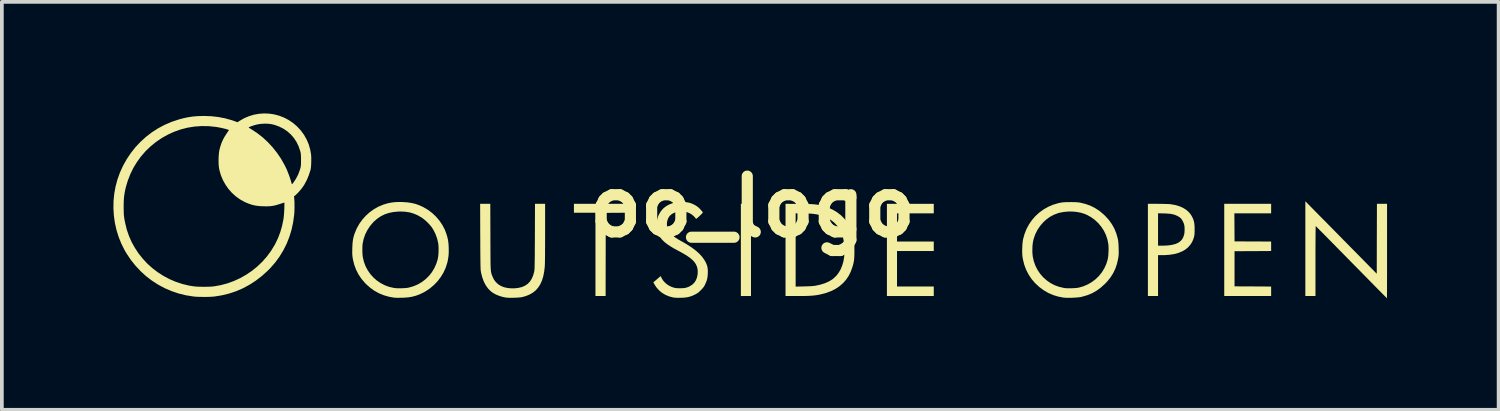
<source format=kicad_pcb>
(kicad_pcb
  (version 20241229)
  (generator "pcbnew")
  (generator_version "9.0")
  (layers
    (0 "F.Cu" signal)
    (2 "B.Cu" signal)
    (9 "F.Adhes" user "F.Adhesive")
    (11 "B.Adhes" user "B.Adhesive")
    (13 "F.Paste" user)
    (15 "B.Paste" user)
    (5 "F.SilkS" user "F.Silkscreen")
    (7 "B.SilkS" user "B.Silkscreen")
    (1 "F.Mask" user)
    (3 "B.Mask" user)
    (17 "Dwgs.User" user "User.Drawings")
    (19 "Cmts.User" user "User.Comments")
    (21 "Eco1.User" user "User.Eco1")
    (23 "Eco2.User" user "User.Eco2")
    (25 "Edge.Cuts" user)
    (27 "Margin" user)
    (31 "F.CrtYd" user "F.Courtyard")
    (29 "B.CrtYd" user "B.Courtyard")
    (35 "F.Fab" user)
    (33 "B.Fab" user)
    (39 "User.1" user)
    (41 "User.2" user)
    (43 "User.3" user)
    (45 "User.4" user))
  (footprint "oo_logo"
    (layer "F.Cu")
    (at 17.187 2.508)
    (property "Reference" "oo_logo" (at 0 0 0) (layer "F.SilkS") (effects (font (size 1.5 1.5) (thickness 0.3))))
    (attr board_only exclude_from_pos_files exclude_from_bom)
    (fp_poly (pts (xy -0.043 1.163) (xy -0.043 2.402) (xy -0.179 2.402) (xy -0.315 2.402) (xy -0.315 1.163) (xy -0.315 -0.077) (xy -0.179 -0.077) (xy -0.043 -0.077)) (stroke (width 0) (type solid)) (fill yes) (layer "F.SilkS"))
    (fp_poly (pts (xy -3.356 0.042) (xy -3.356 0.162) (xy -3.652 0.164) (xy -3.948 0.166) (xy -3.95 1.284) (xy -3.952 2.402) (xy -4.089 2.402) (xy -4.225 2.402) (xy -4.225 1.282) (xy -4.225 0.162) (xy -4.514 0.162) (xy -4.804 0.162) (xy -4.804 0.043) (xy -4.804 -0.077) (xy -4.08 -0.077) (xy -3.356 -0.077)) (stroke (width 0) (type solid)) (fill yes) (layer "F.SilkS"))
    (fp_poly (pts (xy 4.872 0.051) (xy 4.872 0.179) (xy 4.378 0.179) (xy 3.884 0.179) (xy 3.884 0.558) (xy 3.884 0.937) (xy 4.378 0.937) (xy 4.872 0.937) (xy 4.872 1.065) (xy 4.872 1.192) (xy 4.378 1.192) (xy 3.884 1.192) (xy 3.884 1.669) (xy 3.884 2.146) (xy 4.378 2.146) (xy 4.872 2.146) (xy 4.872 2.274) (xy 4.872 2.402) (xy 4.242 2.402) (xy 3.612 2.402) (xy 3.612 1.163) (xy 3.612 -0.077) (xy 4.242 -0.077) (xy 4.872 -0.077)) (stroke (width 0) (type solid)) (fill yes) (layer "F.SilkS"))
    (fp_poly (pts (xy 13.944 0.051) (xy 13.944 0.179) (xy 13.449 0.179) (xy 12.955 0.179) (xy 12.958 0.556) (xy 12.96 0.933) (xy 13.452 0.935) (xy 13.944 0.937) (xy 13.944 1.065) (xy 13.944 1.192) (xy 13.452 1.195) (xy 12.96 1.197) (xy 12.96 1.669) (xy 12.96 2.142) (xy 13.452 2.144) (xy 13.944 2.147) (xy 13.944 2.274) (xy 13.944 2.402) (xy 13.313 2.402) (xy 12.683 2.402) (xy 12.683 1.163) (xy 12.683 -0.077) (xy 13.313 -0.077) (xy 13.944 -0.077)) (stroke (width 0) (type solid)) (fill yes) (layer "F.SilkS"))
    (fp_poly (pts (xy 15.202 0.198) (xy 15.258 0.254) (xy 15.325 0.322) (xy 15.401 0.398) (xy 15.484 0.483) (xy 15.573 0.573) (xy 15.667 0.668) (xy 15.764 0.767) (xy 15.862 0.867) (xy 15.961 0.967) (xy 16.058 1.066) (xy 16.153 1.162) (xy 16.163 1.172) (xy 16.784 1.803) (xy 16.786 0.863) (xy 16.789 -0.077) (xy 16.925 -0.077) (xy 17.061 -0.077) (xy 17.061 1.192) (xy 17.061 1.338) (xy 17.061 1.479) (xy 17.061 1.614) (xy 17.061 1.743) (xy 17.061 1.864) (xy 17.06 1.977) (xy 17.06 2.08) (xy 17.06 2.173) (xy 17.06 2.255) (xy 17.059 2.324) (xy 17.059 2.38) (xy 17.059 2.423) (xy 17.058 2.45) (xy 17.058 2.461) (xy 17.058 2.462) (xy 17.051 2.456) (xy 17.034 2.438) (xy 17.006 2.41) (xy 16.967 2.371) (xy 16.92 2.323) (xy 16.863 2.266) (xy 16.799 2.201) (xy 16.727 2.128) (xy 16.648 2.048) (xy 16.563 1.961) (xy 16.472 1.869) (xy 16.377 1.772) (xy 16.277 1.67) (xy 16.173 1.565) (xy 16.102 1.493) (xy 15.996 1.385) (xy 15.894 1.281) (xy 15.795 1.181) (xy 15.701 1.085) (xy 15.612 0.994) (xy 15.529 0.91) (xy 15.452 0.832) (xy 15.382 0.761) (xy 15.32 0.698) (xy 15.266 0.644) (xy 15.221 0.599) (xy 15.185 0.563) (xy 15.16 0.538) (xy 15.146 0.524) (xy 15.143 0.521) (xy 15.142 0.529) (xy 15.141 0.553) (xy 15.14 0.592) (xy 15.14 0.644) (xy 15.139 0.71) (xy 15.138 0.786) (xy 15.138 0.874) (xy 15.137 0.971) (xy 15.137 1.076) (xy 15.136 1.189) (xy 15.136 1.308) (xy 15.136 1.432) (xy 15.136 1.46) (xy 15.136 2.402) (xy 15 2.402) (xy 14.864 2.402) (xy 14.864 1.128) (xy 14.864 -0.146)) (stroke (width 0) (type solid)) (fill yes) (layer "F.SilkS"))
    (fp_poly (pts (xy 10.896 -0.077) (xy 10.966 -0.076) (xy 11.035 -0.075) (xy 11.098 -0.074) (xy 11.155 -0.072) (xy 11.2 -0.07) (xy 11.233 -0.068) (xy 11.239 -0.067) (xy 11.36 -0.046) (xy 11.47 -0.015) (xy 11.567 0.027) (xy 11.653 0.079) (xy 11.725 0.14) (xy 11.784 0.211) (xy 11.822 0.277) (xy 11.846 0.329) (xy 11.863 0.379) (xy 11.875 0.43) (xy 11.882 0.486) (xy 11.886 0.552) (xy 11.886 0.609) (xy 11.886 0.671) (xy 11.884 0.72) (xy 11.881 0.758) (xy 11.876 0.788) (xy 11.872 0.805) (xy 11.852 0.872) (xy 11.829 0.927) (xy 11.803 0.976) (xy 11.777 1.015) (xy 11.715 1.088) (xy 11.639 1.151) (xy 11.55 1.202) (xy 11.448 1.244) (xy 11.333 1.274) (xy 11.206 1.294) (xy 11.067 1.303) (xy 11.022 1.303) (xy 10.903 1.303) (xy 10.903 1.853) (xy 10.903 2.402) (xy 10.766 2.402) (xy 10.63 2.402) (xy 10.63 1.163) (xy 10.63 0.612) (xy 10.903 0.612) (xy 10.903 1.048) (xy 11.011 1.048) (xy 11.062 1.047) (xy 11.116 1.045) (xy 11.165 1.042) (xy 11.197 1.039) (xy 11.295 1.023) (xy 11.378 1) (xy 11.448 0.969) (xy 11.504 0.928) (xy 11.549 0.879) (xy 11.582 0.819) (xy 11.605 0.748) (xy 11.605 0.748) (xy 11.613 0.699) (xy 11.617 0.641) (xy 11.617 0.581) (xy 11.613 0.526) (xy 11.61 0.502) (xy 11.597 0.454) (xy 11.575 0.404) (xy 11.549 0.356) (xy 11.521 0.317) (xy 11.505 0.302) (xy 11.479 0.282) (xy 11.444 0.26) (xy 11.41 0.243) (xy 11.364 0.223) (xy 11.32 0.209) (xy 11.272 0.198) (xy 11.218 0.19) (xy 11.154 0.185) (xy 11.078 0.181) (xy 11.062 0.181) (xy 10.903 0.177) (xy 10.903 0.612) (xy 10.63 0.612) (xy 10.63 -0.077)) (stroke (width 0) (type solid)) (fill yes) (layer "F.SilkS"))
    (fp_poly (pts (xy 1.263 -0.074) (xy 1.361 -0.073) (xy 1.445 -0.072) (xy 1.515 -0.071) (xy 1.575 -0.069) (xy 1.627 -0.066) (xy 1.671 -0.062) (xy 1.711 -0.058) (xy 1.749 -0.052) (xy 1.786 -0.044) (xy 1.826 -0.035) (xy 1.869 -0.024) (xy 1.887 -0.02) (xy 2.026 0.024) (xy 2.154 0.08) (xy 2.27 0.149) (xy 2.375 0.229) (xy 2.467 0.321) (xy 2.547 0.424) (xy 2.614 0.538) (xy 2.667 0.663) (xy 2.678 0.693) (xy 2.696 0.751) (xy 2.71 0.807) (xy 2.721 0.862) (xy 2.729 0.92) (xy 2.734 0.985) (xy 2.737 1.059) (xy 2.738 1.147) (xy 2.738 1.167) (xy 2.738 1.251) (xy 2.736 1.322) (xy 2.733 1.382) (xy 2.728 1.435) (xy 2.72 1.485) (xy 2.71 1.533) (xy 2.696 1.585) (xy 2.682 1.631) (xy 2.637 1.753) (xy 2.582 1.863) (xy 2.515 1.962) (xy 2.436 2.052) (xy 2.34 2.136) (xy 2.233 2.208) (xy 2.113 2.269) (xy 1.981 2.318) (xy 1.836 2.356) (xy 1.806 2.363) (xy 1.754 2.373) (xy 1.704 2.381) (xy 1.653 2.387) (xy 1.6 2.392) (xy 1.542 2.396) (xy 1.477 2.399) (xy 1.402 2.401) (xy 1.315 2.402) (xy 1.214 2.402) (xy 1.2 2.402) (xy 0.886 2.402) (xy 0.886 1.164) (xy 1.158 1.164) (xy 1.158 2.149) (xy 1.382 2.144) (xy 1.477 2.141) (xy 1.558 2.138) (xy 1.624 2.133) (xy 1.674 2.128) (xy 1.687 2.126) (xy 1.819 2.097) (xy 1.939 2.06) (xy 2.047 2.013) (xy 2.135 1.961) (xy 2.163 1.94) (xy 2.197 1.91) (xy 2.232 1.877) (xy 2.251 1.858) (xy 2.312 1.78) (xy 2.365 1.69) (xy 2.408 1.588) (xy 2.441 1.478) (xy 2.461 1.361) (xy 2.466 1.307) (xy 2.469 1.242) (xy 2.47 1.171) (xy 2.469 1.1) (xy 2.465 1.033) (xy 2.461 0.976) (xy 2.458 0.954) (xy 2.431 0.826) (xy 2.391 0.71) (xy 2.339 0.605) (xy 2.273 0.511) (xy 2.196 0.428) (xy 2.105 0.357) (xy 2.003 0.298) (xy 1.937 0.268) (xy 1.861 0.241) (xy 1.782 0.218) (xy 1.698 0.202) (xy 1.607 0.19) (xy 1.505 0.183) (xy 1.391 0.179) (xy 1.348 0.179) (xy 1.158 0.179) (xy 1.158 1.164) (xy 0.886 1.164) (xy 0.886 1.162) (xy 0.886 -0.078)) (stroke (width 0) (type solid)) (fill yes) (layer "F.SilkS"))
    (fp_poly (pts (xy -7.05 0.807) (xy -7.05 0.953) (xy -7.049 1.082) (xy -7.049 1.197) (xy -7.048 1.298) (xy -7.048 1.386) (xy -7.047 1.462) (xy -7.046 1.528) (xy -7.045 1.584) (xy -7.043 1.632) (xy -7.041 1.672) (xy -7.038 1.706) (xy -7.035 1.735) (xy -7.032 1.759) (xy -7.027 1.781) (xy -7.022 1.8) (xy -7.017 1.818) (xy -7.01 1.836) (xy -7.003 1.855) (xy -6.996 1.873) (xy -6.957 1.956) (xy -6.905 2.026) (xy -6.842 2.085) (xy -6.767 2.132) (xy -6.682 2.166) (xy -6.585 2.187) (xy -6.479 2.196) (xy -6.401 2.195) (xy -6.295 2.183) (xy -6.201 2.16) (xy -6.119 2.124) (xy -6.049 2.077) (xy -5.99 2.017) (xy -5.942 1.944) (xy -5.903 1.857) (xy -5.875 1.757) (xy -5.871 1.738) (xy -5.868 1.725) (xy -5.867 1.709) (xy -5.865 1.688) (xy -5.863 1.662) (xy -5.862 1.63) (xy -5.861 1.59) (xy -5.86 1.541) (xy -5.859 1.483) (xy -5.858 1.414) (xy -5.857 1.334) (xy -5.856 1.242) (xy -5.856 1.136) (xy -5.855 1.015) (xy -5.854 0.879) (xy -5.854 0.799) (xy -5.851 -0.077) (xy -5.715 -0.077) (xy -5.579 -0.077) (xy -5.579 0.709) (xy -5.579 0.835) (xy -5.58 0.956) (xy -5.58 1.071) (xy -5.581 1.178) (xy -5.581 1.277) (xy -5.582 1.365) (xy -5.583 1.443) (xy -5.584 1.508) (xy -5.586 1.559) (xy -5.587 1.595) (xy -5.588 1.608) (xy -5.604 1.748) (xy -5.629 1.874) (xy -5.664 1.987) (xy -5.709 2.086) (xy -5.764 2.173) (xy -5.83 2.248) (xy -5.908 2.311) (xy -5.996 2.362) (xy -6.097 2.403) (xy -6.201 2.432) (xy -6.236 2.437) (xy -6.284 2.442) (xy -6.341 2.446) (xy -6.403 2.448) (xy -6.466 2.45) (xy -6.525 2.45) (xy -6.578 2.448) (xy -6.618 2.445) (xy -6.625 2.445) (xy -6.718 2.427) (xy -6.809 2.399) (xy -6.895 2.365) (xy -6.971 2.324) (xy -7.035 2.278) (xy -7.038 2.276) (xy -7.11 2.204) (xy -7.172 2.119) (xy -7.224 2.021) (xy -7.266 1.91) (xy -7.299 1.784) (xy -7.309 1.728) (xy -7.311 1.712) (xy -7.313 1.688) (xy -7.314 1.653) (xy -7.316 1.608) (xy -7.317 1.552) (xy -7.318 1.484) (xy -7.319 1.404) (xy -7.32 1.31) (xy -7.321 1.202) (xy -7.322 1.079) (xy -7.322 0.94) (xy -7.323 0.794) (xy -7.326 -0.077) (xy -7.19 -0.077) (xy -7.053 -0.077)) (stroke (width 0) (type solid)) (fill yes) (layer "F.SilkS"))
    (fp_poly (pts (xy -9.435 -0.126) (xy -9.414 -0.125) (xy -9.287 -0.117) (xy -9.172 -0.1) (xy -9.064 -0.075) (xy -8.961 -0.038) (xy -8.858 0.009) (xy -8.857 0.01) (xy -8.732 0.083) (xy -8.617 0.169) (xy -8.514 0.266) (xy -8.422 0.374) (xy -8.343 0.49) (xy -8.278 0.614) (xy -8.233 0.733) (xy -8.211 0.806) (xy -8.194 0.875) (xy -8.183 0.943) (xy -8.175 1.018) (xy -8.171 1.103) (xy -8.171 1.109) (xy -8.17 1.204) (xy -8.173 1.289) (xy -8.182 1.368) (xy -8.196 1.448) (xy -8.211 1.512) (xy -8.253 1.643) (xy -8.311 1.77) (xy -8.383 1.889) (xy -8.468 2.001) (xy -8.566 2.104) (xy -8.675 2.196) (xy -8.793 2.276) (xy -8.859 2.312) (xy -8.956 2.358) (xy -9.051 2.393) (xy -9.148 2.419) (xy -9.251 2.437) (xy -9.364 2.446) (xy -9.433 2.449) (xy -9.486 2.449) (xy -9.535 2.45) (xy -9.577 2.449) (xy -9.608 2.449) (xy -9.625 2.448) (xy -9.775 2.422) (xy -9.915 2.382) (xy -10.045 2.329) (xy -10.167 2.262) (xy -10.282 2.18) (xy -10.391 2.083) (xy -10.425 2.048) (xy -10.52 1.936) (xy -10.599 1.818) (xy -10.663 1.692) (xy -10.712 1.558) (xy -10.747 1.416) (xy -10.75 1.396) (xy -10.757 1.356) (xy -10.761 1.32) (xy -10.764 1.284) (xy -10.765 1.245) (xy -10.765 1.198) (xy -10.764 1.139) (xy -10.764 1.122) (xy -10.493 1.122) (xy -10.493 1.197) (xy -10.49 1.27) (xy -10.484 1.334) (xy -10.481 1.354) (xy -10.452 1.479) (xy -10.409 1.597) (xy -10.351 1.707) (xy -10.28 1.81) (xy -10.198 1.902) (xy -10.105 1.984) (xy -10.002 2.054) (xy -9.891 2.112) (xy -9.772 2.156) (xy -9.647 2.184) (xy -9.621 2.188) (xy -9.577 2.192) (xy -9.522 2.194) (xy -9.461 2.194) (xy -9.398 2.192) (xy -9.338 2.188) (xy -9.286 2.183) (xy -9.25 2.177) (xy -9.124 2.141) (xy -9.004 2.091) (xy -8.894 2.027) (xy -8.793 1.95) (xy -8.703 1.862) (xy -8.624 1.763) (xy -8.558 1.653) (xy -8.505 1.535) (xy -8.466 1.409) (xy -8.462 1.388) (xy -8.453 1.335) (xy -8.447 1.269) (xy -8.444 1.197) (xy -8.443 1.125) (xy -8.446 1.056) (xy -8.451 0.997) (xy -8.453 0.986) (xy -8.481 0.861) (xy -8.524 0.741) (xy -8.579 0.629) (xy -8.626 0.554) (xy -8.667 0.503) (xy -8.717 0.448) (xy -8.773 0.393) (xy -8.831 0.343) (xy -8.885 0.302) (xy -8.895 0.295) (xy -9.001 0.233) (xy -9.11 0.186) (xy -9.223 0.153) (xy -9.344 0.135) (xy -9.474 0.129) (xy -9.523 0.131) (xy -9.657 0.143) (xy -9.78 0.168) (xy -9.894 0.206) (xy -9.999 0.259) (xy -10.097 0.325) (xy -10.188 0.406) (xy -10.206 0.425) (xy -10.289 0.523) (xy -10.359 0.63) (xy -10.416 0.744) (xy -10.458 0.864) (xy -10.484 0.985) (xy -10.485 0.992) (xy -10.491 1.052) (xy -10.493 1.122) (xy -10.764 1.122) (xy -10.764 1.12) (xy -10.76 1.033) (xy -10.755 0.958) (xy -10.746 0.893) (xy -10.734 0.831) (xy -10.717 0.77) (xy -10.697 0.71) (xy -10.643 0.581) (xy -10.574 0.459) (xy -10.492 0.345) (xy -10.398 0.241) (xy -10.294 0.147) (xy -10.18 0.066) (xy -10.059 -0.002) (xy -9.931 -0.055) (xy -9.91 -0.062) (xy -9.819 -0.089) (xy -9.731 -0.108) (xy -9.64 -0.12) (xy -9.543 -0.126)) (stroke (width 0) (type solid)) (fill yes) (layer "F.SilkS"))
    (fp_poly (pts (xy -1.863 -0.126) (xy -1.792 -0.121) (xy -1.728 -0.112) (xy -1.687 -0.103) (xy -1.605 -0.072) (xy -1.527 -0.031) (xy -1.467 0.011) (xy -1.442 0.034) (xy -1.415 0.061) (xy -1.388 0.09) (xy -1.364 0.117) (xy -1.347 0.14) (xy -1.338 0.155) (xy -1.337 0.157) (xy -1.343 0.166) (xy -1.36 0.184) (xy -1.384 0.209) (xy -1.414 0.238) (xy -1.428 0.251) (xy -1.463 0.284) (xy -1.488 0.306) (xy -1.505 0.319) (xy -1.516 0.325) (xy -1.523 0.324) (xy -1.527 0.319) (xy -1.549 0.289) (xy -1.581 0.256) (xy -1.619 0.223) (xy -1.657 0.196) (xy -1.677 0.184) (xy -1.742 0.155) (xy -1.807 0.137) (xy -1.877 0.13) (xy -1.942 0.13) (xy -2.028 0.14) (xy -2.101 0.161) (xy -2.165 0.193) (xy -2.219 0.238) (xy -2.232 0.252) (xy -2.267 0.306) (xy -2.291 0.368) (xy -2.303 0.437) (xy -2.303 0.509) (xy -2.289 0.582) (xy -2.27 0.635) (xy -2.244 0.68) (xy -2.205 0.727) (xy -2.153 0.774) (xy -2.087 0.824) (xy -2.006 0.876) (xy -1.909 0.932) (xy -1.899 0.937) (xy -1.759 1.018) (xy -1.635 1.099) (xy -1.527 1.18) (xy -1.435 1.262) (xy -1.359 1.345) (xy -1.298 1.429) (xy -1.257 1.502) (xy -1.232 1.56) (xy -1.215 1.615) (xy -1.206 1.673) (xy -1.203 1.737) (xy -1.204 1.789) (xy -1.209 1.861) (xy -1.217 1.922) (xy -1.231 1.978) (xy -1.252 2.035) (xy -1.275 2.087) (xy -1.294 2.125) (xy -1.313 2.155) (xy -1.334 2.183) (xy -1.361 2.214) (xy -1.392 2.245) (xy -1.428 2.281) (xy -1.457 2.307) (xy -1.486 2.327) (xy -1.518 2.346) (xy -1.559 2.367) (xy -1.62 2.395) (xy -1.677 2.415) (xy -1.734 2.43) (xy -1.795 2.441) (xy -1.864 2.447) (xy -1.934 2.449) (xy -2.009 2.45) (xy -2.069 2.448) (xy -2.115 2.444) (xy -2.134 2.441) (xy -2.245 2.412) (xy -2.347 2.369) (xy -2.439 2.313) (xy -2.52 2.245) (xy -2.589 2.165) (xy -2.632 2.1) (xy -2.669 2.033) (xy -2.647 2.015) (xy -2.632 2.003) (xy -2.607 1.982) (xy -2.577 1.956) (xy -2.549 1.932) (xy -2.472 1.866) (xy -2.444 1.923) (xy -2.406 1.985) (xy -2.354 2.043) (xy -2.293 2.094) (xy -2.227 2.134) (xy -2.222 2.136) (xy -2.171 2.159) (xy -2.126 2.175) (xy -2.082 2.185) (xy -2.032 2.191) (xy -1.973 2.193) (xy -1.946 2.193) (xy -1.88 2.191) (xy -1.825 2.186) (xy -1.777 2.175) (xy -1.731 2.159) (xy -1.691 2.14) (xy -1.622 2.097) (xy -1.566 2.042) (xy -1.523 1.977) (xy -1.494 1.901) (xy -1.478 1.816) (xy -1.476 1.796) (xy -1.475 1.726) (xy -1.483 1.661) (xy -1.5 1.601) (xy -1.527 1.543) (xy -1.565 1.488) (xy -1.615 1.434) (xy -1.677 1.381) (xy -1.754 1.326) (xy -1.844 1.27) (xy -1.95 1.211) (xy -1.996 1.186) (xy -2.114 1.123) (xy -2.215 1.062) (xy -2.302 1.003) (xy -2.375 0.945) (xy -2.435 0.885) (xy -2.483 0.825) (xy -2.52 0.761) (xy -2.547 0.693) (xy -2.564 0.62) (xy -2.573 0.542) (xy -2.575 0.486) (xy -2.573 0.415) (xy -2.567 0.356) (xy -2.555 0.303) (xy -2.536 0.25) (xy -2.513 0.2) (xy -2.464 0.119) (xy -2.402 0.048) (xy -2.327 -0.012) (xy -2.241 -0.06) (xy -2.144 -0.097) (xy -2.065 -0.115) (xy -2.005 -0.123) (xy -1.935 -0.127)) (stroke (width 0) (type solid)) (fill yes) (layer "F.SilkS"))
    (fp_poly (pts (xy 8.618 -0.123) (xy 8.676 -0.122) (xy 8.723 -0.119) (xy 8.763 -0.115) (xy 8.801 -0.11) (xy 8.812 -0.108) (xy 8.954 -0.073) (xy 9.088 -0.025) (xy 9.213 0.039) (xy 9.332 0.117) (xy 9.443 0.211) (xy 9.481 0.247) (xy 9.579 0.355) (xy 9.661 0.469) (xy 9.728 0.589) (xy 9.78 0.718) (xy 9.819 0.855) (xy 9.822 0.867) (xy 9.829 0.907) (xy 9.835 0.951) (xy 9.839 1.002) (xy 9.842 1.064) (xy 9.844 1.12) (xy 9.845 1.183) (xy 9.846 1.233) (xy 9.845 1.274) (xy 9.842 1.31) (xy 9.838 1.345) (xy 9.832 1.384) (xy 9.83 1.396) (xy 9.799 1.535) (xy 9.755 1.665) (xy 9.697 1.787) (xy 9.624 1.902) (xy 9.536 2.011) (xy 9.476 2.074) (xy 9.367 2.173) (xy 9.253 2.257) (xy 9.134 2.325) (xy 9.007 2.378) (xy 8.871 2.418) (xy 8.825 2.429) (xy 8.783 2.435) (xy 8.727 2.441) (xy 8.663 2.445) (xy 8.595 2.449) (xy 8.527 2.45) (xy 8.463 2.45) (xy 8.408 2.448) (xy 8.365 2.445) (xy 8.364 2.445) (xy 8.218 2.417) (xy 8.08 2.375) (xy 7.951 2.319) (xy 7.828 2.247) (xy 7.71 2.16) (xy 7.708 2.158) (xy 7.599 2.057) (xy 7.504 1.947) (xy 7.424 1.827) (xy 7.357 1.699) (xy 7.306 1.563) (xy 7.27 1.419) (xy 7.256 1.333) (xy 7.252 1.28) (xy 7.25 1.215) (xy 7.25 1.194) (xy 7.523 1.194) (xy 7.526 1.264) (xy 7.532 1.325) (xy 7.533 1.336) (xy 7.561 1.463) (xy 7.604 1.584) (xy 7.66 1.697) (xy 7.73 1.801) (xy 7.811 1.895) (xy 7.904 1.978) (xy 8.006 2.05) (xy 8.117 2.109) (xy 8.236 2.153) (xy 8.362 2.183) (xy 8.395 2.189) (xy 8.436 2.192) (xy 8.488 2.194) (xy 8.547 2.194) (xy 8.608 2.192) (xy 8.668 2.189) (xy 8.72 2.184) (xy 8.762 2.178) (xy 8.769 2.177) (xy 8.895 2.141) (xy 9.013 2.09) (xy 9.123 2.026) (xy 9.224 1.95) (xy 9.314 1.862) (xy 9.393 1.764) (xy 9.459 1.656) (xy 9.512 1.54) (xy 9.549 1.417) (xy 9.55 1.414) (xy 9.559 1.364) (xy 9.566 1.302) (xy 9.57 1.232) (xy 9.573 1.161) (xy 9.572 1.093) (xy 9.569 1.032) (xy 9.566 1.003) (xy 9.541 0.878) (xy 9.501 0.758) (xy 9.446 0.645) (xy 9.377 0.539) (xy 9.296 0.443) (xy 9.204 0.356) (xy 9.102 0.282) (xy 8.991 0.22) (xy 8.918 0.19) (xy 8.819 0.16) (xy 8.709 0.14) (xy 8.594 0.13) (xy 8.477 0.131) (xy 8.362 0.142) (xy 8.253 0.163) (xy 8.208 0.176) (xy 8.094 0.22) (xy 7.99 0.277) (xy 7.893 0.348) (xy 7.823 0.413) (xy 7.734 0.514) (xy 7.661 0.622) (xy 7.603 0.737) (xy 7.559 0.862) (xy 7.543 0.928) (xy 7.534 0.983) (xy 7.527 1.048) (xy 7.524 1.121) (xy 7.523 1.194) (xy 7.25 1.194) (xy 7.25 1.144) (xy 7.253 1.07) (xy 7.257 0.999) (xy 7.264 0.935) (xy 7.272 0.883) (xy 7.273 0.879) (xy 7.312 0.736) (xy 7.365 0.602) (xy 7.433 0.475) (xy 7.513 0.359) (xy 7.605 0.253) (xy 7.709 0.158) (xy 7.823 0.075) (xy 7.946 0.005) (xy 8.078 -0.052) (xy 8.218 -0.094) (xy 8.284 -0.108) (xy 8.321 -0.114) (xy 8.36 -0.118) (xy 8.405 -0.121) (xy 8.459 -0.123) (xy 8.526 -0.123) (xy 8.548 -0.124)) (stroke (width 0) (type solid)) (fill yes) (layer "F.SilkS"))
    (fp_poly (pts (xy -12.998 -2.502) (xy -12.862 -2.482) (xy -12.728 -2.446) (xy -12.599 -2.396) (xy -12.475 -2.331) (xy -12.358 -2.252) (xy -12.252 -2.161) (xy -12.151 -2.053) (xy -12.065 -1.937) (xy -11.994 -1.812) (xy -11.937 -1.68) (xy -11.897 -1.541) (xy -11.873 -1.409) (xy -11.869 -1.362) (xy -11.867 -1.305) (xy -11.867 -1.243) (xy -11.868 -1.18) (xy -11.871 -1.118) (xy -11.875 -1.063) (xy -11.881 -1.018) (xy -11.886 -0.992) (xy -11.933 -0.847) (xy -11.989 -0.713) (xy -12.054 -0.592) (xy -12.1 -0.523) (xy -12.139 -0.472) (xy -12.184 -0.419) (xy -12.229 -0.369) (xy -12.273 -0.326) (xy -12.3 -0.302) (xy -12.331 -0.277) (xy -12.324 -0.213) (xy -12.321 -0.164) (xy -12.318 -0.102) (xy -12.318 -0.033) (xy -12.318 0.039) (xy -12.32 0.108) (xy -12.323 0.171) (xy -12.326 0.209) (xy -12.354 0.418) (xy -12.397 0.618) (xy -12.456 0.811) (xy -12.529 0.996) (xy -12.618 1.173) (xy -12.721 1.342) (xy -12.839 1.503) (xy -12.972 1.655) (xy -13.042 1.725) (xy -13.197 1.865) (xy -13.36 1.99) (xy -13.53 2.1) (xy -13.707 2.195) (xy -13.891 2.274) (xy -14.081 2.337) (xy -14.276 2.384) (xy -14.469 2.415) (xy -14.528 2.42) (xy -14.6 2.424) (xy -14.68 2.426) (xy -14.764 2.426) (xy -14.847 2.425) (xy -14.925 2.423) (xy -14.994 2.419) (xy -15.038 2.414) (xy -15.239 2.382) (xy -15.435 2.334) (xy -15.624 2.27) (xy -15.807 2.191) (xy -15.982 2.098) (xy -16.148 1.991) (xy -16.306 1.871) (xy -16.453 1.737) (xy -16.59 1.591) (xy -16.716 1.434) (xy -16.83 1.265) (xy -16.886 1.17) (xy -16.974 0.995) (xy -17.047 0.813) (xy -17.105 0.626) (xy -17.148 0.434) (xy -17.175 0.24) (xy -17.187 0.044) (xy -17.186 0) (xy -16.912 0) (xy -16.911 0.074) (xy -16.91 0.135) (xy -16.908 0.188) (xy -16.905 0.235) (xy -16.899 0.281) (xy -16.892 0.331) (xy -16.881 0.388) (xy -16.872 0.434) (xy -16.829 0.613) (xy -16.77 0.785) (xy -16.697 0.951) (xy -16.609 1.109) (xy -16.509 1.26) (xy -16.396 1.401) (xy -16.273 1.533) (xy -16.138 1.654) (xy -15.994 1.764) (xy -15.84 1.862) (xy -15.679 1.948) (xy -15.51 2.02) (xy -15.334 2.078) (xy -15.153 2.122) (xy -15.034 2.141) (xy -14.978 2.147) (xy -14.91 2.151) (xy -14.833 2.153) (xy -14.753 2.154) (xy -14.672 2.153) (xy -14.596 2.151) (xy -14.529 2.147) (xy -14.483 2.142) (xy -14.299 2.109) (xy -14.119 2.061) (xy -13.944 1.997) (xy -13.775 1.919) (xy -13.613 1.827) (xy -13.46 1.723) (xy -13.315 1.606) (xy -13.181 1.477) (xy -13.059 1.338) (xy -12.949 1.189) (xy -12.852 1.03) (xy -12.824 0.976) (xy -12.755 0.83) (xy -12.7 0.683) (xy -12.656 0.532) (xy -12.621 0.37) (xy -12.611 0.307) (xy -12.607 0.275) (xy -12.603 0.234) (xy -12.599 0.186) (xy -12.596 0.135) (xy -12.593 0.082) (xy -12.591 0.03) (xy -12.59 -0.017) (xy -12.589 -0.057) (xy -12.589 -0.088) (xy -12.591 -0.107) (xy -12.593 -0.111) (xy -12.602 -0.108) (xy -12.625 -0.101) (xy -12.658 -0.091) (xy -12.698 -0.077) (xy -12.711 -0.073) (xy -12.788 -0.049) (xy -12.857 -0.031) (xy -12.924 -0.019) (xy -12.993 -0.012) (xy -13.069 -0.01) (xy -13.154 -0.011) (xy -13.258 -0.016) (xy -13.35 -0.027) (xy -13.434 -0.044) (xy -13.516 -0.069) (xy -13.601 -0.102) (xy -13.667 -0.132) (xy -13.787 -0.199) (xy -13.9 -0.281) (xy -14.003 -0.375) (xy -14.095 -0.479) (xy -14.175 -0.594) (xy -14.243 -0.716) (xy -14.297 -0.844) (xy -14.335 -0.978) (xy -14.349 -1.046) (xy -14.355 -1.103) (xy -14.359 -1.171) (xy -14.36 -1.245) (xy -14.359 -1.321) (xy -14.354 -1.395) (xy -14.348 -1.462) (xy -14.339 -1.517) (xy -14.337 -1.525) (xy -14.311 -1.623) (xy -14.28 -1.714) (xy -14.242 -1.8) (xy -14.195 -1.887) (xy -14.137 -1.977) (xy -14.09 -2.045) (xy -14.083 -2.057) (xy -14.089 -2.065) (xy -14.102 -2.071) (xy -14.136 -2.082) (xy -14.182 -2.094) (xy -14.237 -2.108) (xy -14.297 -2.121) (xy -14.348 -2.131) (xy -13.552 -2.131) (xy -13.545 -2.125) (xy -13.526 -2.112) (xy -13.498 -2.094) (xy -13.465 -2.074) (xy -13.315 -1.975) (xy -13.171 -1.862) (xy -13.034 -1.735) (xy -12.906 -1.596) (xy -12.788 -1.448) (xy -12.681 -1.291) (xy -12.588 -1.127) (xy -12.533 -1.015) (xy -12.51 -0.961) (xy -12.486 -0.899) (xy -12.461 -0.834) (xy -12.439 -0.77) (xy -12.42 -0.712) (xy -12.406 -0.663) (xy -12.402 -0.649) (xy -12.395 -0.625) (xy -12.389 -0.608) (xy -12.386 -0.605) (xy -12.378 -0.611) (xy -12.363 -0.627) (xy -12.348 -0.647) (xy -12.279 -0.75) (xy -12.22 -0.864) (xy -12.174 -0.987) (xy -12.161 -1.03) (xy -12.154 -1.056) (xy -12.15 -1.081) (xy -12.146 -1.11) (xy -12.144 -1.145) (xy -12.143 -1.19) (xy -12.143 -1.249) (xy -12.143 -1.256) (xy -12.143 -1.315) (xy -12.144 -1.36) (xy -12.146 -1.395) (xy -12.149 -1.424) (xy -12.153 -1.451) (xy -12.159 -1.479) (xy -12.165 -1.501) (xy -12.208 -1.625) (xy -12.264 -1.741) (xy -12.333 -1.846) (xy -12.415 -1.941) (xy -12.508 -2.024) (xy -12.612 -2.095) (xy -12.726 -2.153) (xy -12.848 -2.198) (xy -12.934 -2.219) (xy -13.004 -2.229) (xy -13.084 -2.233) (xy -13.168 -2.231) (xy -13.25 -2.224) (xy -13.322 -2.211) (xy -13.362 -2.201) (xy -13.405 -2.189) (xy -13.447 -2.175) (xy -13.486 -2.162) (xy -13.519 -2.149) (xy -13.541 -2.139) (xy -13.551 -2.132) (xy -13.552 -2.131) (xy -14.348 -2.131) (xy -14.358 -2.133) (xy -14.416 -2.143) (xy -14.436 -2.146) (xy -14.63 -2.166) (xy -14.822 -2.168) (xy -15.011 -2.154) (xy -15.197 -2.124) (xy -15.38 -2.077) (xy -15.559 -2.013) (xy -15.717 -1.941) (xy -15.883 -1.849) (xy -16.04 -1.742) (xy -16.186 -1.624) (xy -16.321 -1.494) (xy -16.444 -1.353) (xy -16.554 -1.202) (xy -16.651 -1.043) (xy -16.733 -0.875) (xy -16.801 -0.7) (xy -16.851 -0.532) (xy -16.87 -0.453) (xy -16.884 -0.381) (xy -16.895 -0.314) (xy -16.903 -0.246) (xy -16.908 -0.175) (xy -16.911 -0.094) (xy -16.912 -0.001) (xy -16.912 0) (xy -17.186 0) (xy -17.184 -0.152) (xy -17.165 -0.347) (xy -17.13 -0.539) (xy -17.08 -0.728) (xy -17.014 -0.912) (xy -17.013 -0.915) (xy -16.928 -1.102) (xy -16.828 -1.28) (xy -16.716 -1.447) (xy -16.592 -1.603) (xy -16.455 -1.748) (xy -16.308 -1.881) (xy -16.15 -2.002) (xy -15.983 -2.109) (xy -15.806 -2.203) (xy -15.62 -2.282) (xy -15.426 -2.346) (xy -15.425 -2.347) (xy -15.297 -2.381) (xy -15.176 -2.406) (xy -15.056 -2.424) (xy -14.931 -2.435) (xy -14.798 -2.439) (xy -14.753 -2.44) (xy -14.557 -2.433) (xy -14.369 -2.412) (xy -14.187 -2.377) (xy -14.007 -2.327) (xy -13.904 -2.291) (xy -13.851 -2.271) (xy -13.797 -2.306) (xy -13.673 -2.378) (xy -13.543 -2.433) (xy -13.409 -2.474) (xy -13.273 -2.498) (xy -13.135 -2.508)) (stroke (width 0) (type solid)) (fill yes) (layer "F.SilkS")))
  (gr_rect
    (start -3 -3)
    (end 37.248 7.97)
    (stroke (width 0.1) (type default))
    (fill no)
    (layer "Edge.Cuts")))
</source>
